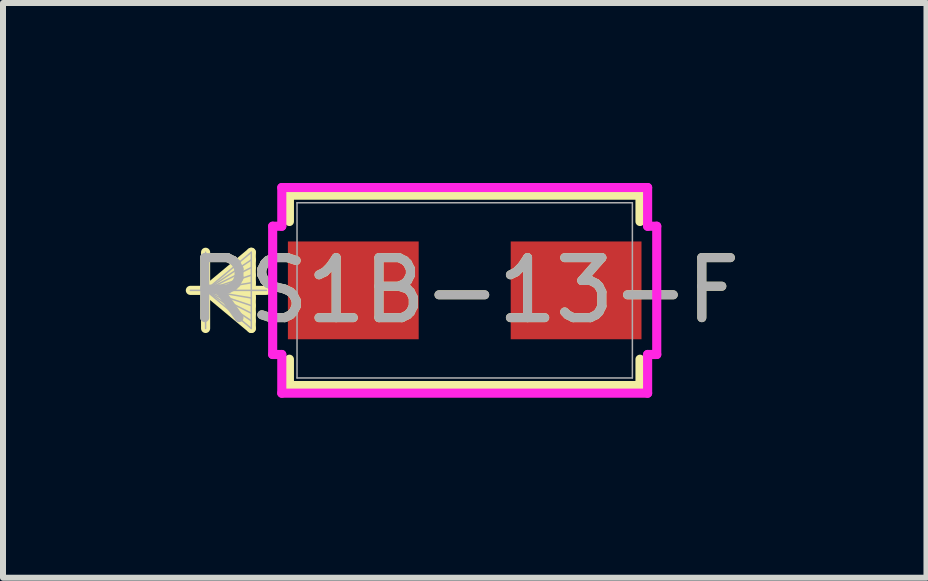
<source format=kicad_pcb>
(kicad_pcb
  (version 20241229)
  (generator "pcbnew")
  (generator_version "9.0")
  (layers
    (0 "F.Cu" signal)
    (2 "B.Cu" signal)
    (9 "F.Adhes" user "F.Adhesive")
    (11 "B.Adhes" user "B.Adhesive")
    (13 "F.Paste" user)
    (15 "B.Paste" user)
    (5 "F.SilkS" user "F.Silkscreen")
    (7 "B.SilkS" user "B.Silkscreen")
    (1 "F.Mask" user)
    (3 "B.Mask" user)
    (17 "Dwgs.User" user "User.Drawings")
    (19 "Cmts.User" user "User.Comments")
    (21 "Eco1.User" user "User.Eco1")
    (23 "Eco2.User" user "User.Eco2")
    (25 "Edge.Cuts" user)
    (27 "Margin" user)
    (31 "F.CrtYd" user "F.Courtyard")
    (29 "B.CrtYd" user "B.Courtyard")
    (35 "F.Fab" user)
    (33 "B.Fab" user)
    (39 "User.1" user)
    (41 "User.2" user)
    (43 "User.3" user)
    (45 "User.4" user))
  (footprint "RS1B-13-F"
    (layer "F.Cu")
    (at 4.696 1.79)
    (property "Reference" "RS1B-13-F" (at 0 0 0) (unlocked yes) (layer "F.SilkS") (effects (font (size 1 1) (thickness 0.15))))
    (attr smd)
    (fp_line (start -4.319 -0.635) (end -4.319 0.635) (stroke (width 0.152) (type solid)) (layer "F.SilkS"))
    (fp_line (start -4.319 0) (end -3.557 -0.635) (stroke (width 0.152) (type solid)) (layer "F.SilkS"))
    (fp_line (start -4.319 0) (end -3.557 -0.508) (stroke (width 0.152) (type solid)) (layer "F.SilkS"))
    (fp_line (start -4.319 0) (end -3.557 -0.381) (stroke (width 0.152) (type solid)) (layer "F.SilkS"))
    (fp_line (start -4.319 0) (end -3.557 -0.254) (stroke (width 0.152) (type solid)) (layer "F.SilkS"))
    (fp_line (start -4.319 0) (end -3.557 -0.127) (stroke (width 0.152) (type solid)) (layer "F.SilkS"))
    (fp_line (start -4.319 0) (end -3.557 0.127) (stroke (width 0.152) (type solid)) (layer "F.SilkS"))
    (fp_line (start -4.319 0) (end -3.557 0.254) (stroke (width 0.152) (type solid)) (layer "F.SilkS"))
    (fp_line (start -4.319 0) (end -3.557 0.381) (stroke (width 0.152) (type solid)) (layer "F.SilkS"))
    (fp_line (start -4.319 0) (end -3.557 0.508) (stroke (width 0.152) (type solid)) (layer "F.SilkS"))
    (fp_line (start -4.319 0) (end -3.557 0.635) (stroke (width 0.152) (type solid)) (layer "F.SilkS"))
    (fp_line (start -3.557 -0.635) (end -3.557 0.635) (stroke (width 0.152) (type solid)) (layer "F.SilkS"))
    (fp_line (start -3.303 0) (end -4.573 0) (stroke (width 0.152) (type solid)) (layer "F.SilkS"))
    (fp_line (start -2.922 -1.587) (end -2.922 -1.148) (stroke (width 0.152) (type solid)) (layer "F.SilkS"))
    (fp_line (start -2.922 1.148) (end -2.922 1.587) (stroke (width 0.152) (type solid)) (layer "F.SilkS"))
    (fp_line (start -2.922 1.587) (end 2.922 1.587) (stroke (width 0.152) (type solid)) (layer "F.SilkS"))
    (fp_line (start 2.922 -1.587) (end -2.922 -1.587) (stroke (width 0.152) (type solid)) (layer "F.SilkS"))
    (fp_line (start 2.922 -1.148) (end 2.922 -1.587) (stroke (width 0.152) (type solid)) (layer "F.SilkS"))
    (fp_line (start 2.922 1.587) (end 2.922 1.148) (stroke (width 0.152) (type solid)) (layer "F.SilkS"))
    (fp_line (start -3.201 -1.069) (end -3.049 -1.069) (stroke (width 0.152) (type solid)) (layer "F.CrtYd"))
    (fp_line (start -3.201 1.069) (end -3.201 -1.069) (stroke (width 0.152) (type solid)) (layer "F.CrtYd"))
    (fp_line (start -3.049 -1.714) (end 3.049 -1.714) (stroke (width 0.152) (type solid)) (layer "F.CrtYd"))
    (fp_line (start -3.049 -1.069) (end -3.049 -1.714) (stroke (width 0.152) (type solid)) (layer "F.CrtYd"))
    (fp_line (start -3.049 1.069) (end -3.201 1.069) (stroke (width 0.152) (type solid)) (layer "F.CrtYd"))
    (fp_line (start -3.049 1.714) (end -3.049 1.069) (stroke (width 0.152) (type solid)) (layer "F.CrtYd"))
    (fp_line (start 3.049 -1.714) (end 3.049 -1.069) (stroke (width 0.152) (type solid)) (layer "F.CrtYd"))
    (fp_line (start 3.049 -1.069) (end 3.201 -1.069) (stroke (width 0.152) (type solid)) (layer "F.CrtYd"))
    (fp_line (start 3.049 1.069) (end 3.049 1.714) (stroke (width 0.152) (type solid)) (layer "F.CrtYd"))
    (fp_line (start 3.049 1.714) (end -3.049 1.714) (stroke (width 0.152) (type solid)) (layer "F.CrtYd"))
    (fp_line (start 3.201 -1.069) (end 3.201 1.069) (stroke (width 0.152) (type solid)) (layer "F.CrtYd"))
    (fp_line (start 3.201 1.069) (end 3.049 1.069) (stroke (width 0.152) (type solid)) (layer "F.CrtYd"))
    (fp_line (start -4.319 -0.635) (end -4.319 0.635) (stroke (width 0.025) (type solid)) (layer "F.Fab"))
    (fp_line (start -4.319 0) (end -3.557 -0.635) (stroke (width 0.025) (type solid)) (layer "F.Fab"))
    (fp_line (start -4.319 0) (end -3.557 -0.508) (stroke (width 0.025) (type solid)) (layer "F.Fab"))
    (fp_line (start -4.319 0) (end -3.557 -0.381) (stroke (width 0.025) (type solid)) (layer "F.Fab"))
    (fp_line (start -4.319 0) (end -3.557 -0.254) (stroke (width 0.025) (type solid)) (layer "F.Fab"))
    (fp_line (start -4.319 0) (end -3.557 -0.127) (stroke (width 0.025) (type solid)) (layer "F.Fab"))
    (fp_line (start -4.319 0) (end -3.557 0.127) (stroke (width 0.025) (type solid)) (layer "F.Fab"))
    (fp_line (start -4.319 0) (end -3.557 0.254) (stroke (width 0.025) (type solid)) (layer "F.Fab"))
    (fp_line (start -4.319 0) (end -3.557 0.381) (stroke (width 0.025) (type solid)) (layer "F.Fab"))
    (fp_line (start -4.319 0) (end -3.557 0.508) (stroke (width 0.025) (type solid)) (layer "F.Fab"))
    (fp_line (start -4.319 0) (end -3.557 0.635) (stroke (width 0.025) (type solid)) (layer "F.Fab"))
    (fp_line (start -3.557 -0.635) (end -3.557 0.635) (stroke (width 0.025) (type solid)) (layer "F.Fab"))
    (fp_line (start -3.303 0) (end -4.573 0) (stroke (width 0.025) (type solid)) (layer "F.Fab"))
    (fp_line (start -2.795 -1.46) (end -2.795 1.46) (stroke (width 0.025) (type solid)) (layer "F.Fab"))
    (fp_line (start -2.795 1.46) (end 2.795 1.46) (stroke (width 0.025) (type solid)) (layer "F.Fab"))
    (fp_line (start 2.795 -1.46) (end -2.795 -1.46) (stroke (width 0.025) (type solid)) (layer "F.Fab"))
    (fp_line (start 2.795 1.46) (end 2.795 -1.46) (stroke (width 0.025) (type solid)) (layer "F.Fab"))
    (fp_text user "${REFERENCE}" (at 0 0 0) (unlocked yes) (layer "F.Fab") (effects (font (size 1 1) (thickness 0.15))))
    (pad "1" smd rect (at -1.857 0 90) (size 1.63 2.18) (layers "F.Cu" "F.Mask" "F.Paste"))
    (pad "2" smd rect (at 1.857 0 90) (size 1.63 2.18) (layers "F.Cu" "F.Mask" "F.Paste"))
    (zone (net_name "") (layer "F.Cu") (hatch full 0.508) (connect_pads) (min_thickness 0.254) (filled_areas_thickness no) (keepout (tracks not_allowed) (vias not_allowed) (pads allowed) (copperpour not_allowed) (footprints allowed)) (placement (enabled no)) (fill) (polygon (pts (xy 1.952 0.381) (xy 7.441 0.381) (xy 7.441 0.924) (xy 1.952 0.924))))
    (zone (net_name "") (layer "F.Cu") (hatch full 0.508) (connect_pads) (min_thickness 0.254) (filled_areas_thickness no) (keepout (tracks not_allowed) (vias not_allowed) (pads allowed) (copperpour not_allowed) (footprints allowed)) (placement (enabled no)) (fill) (polygon (pts (xy 1.952 2.656) (xy 7.441 2.656) (xy 7.441 3.199) (xy 1.952 3.199))))
    (zone (net_name "") (layer "F.Cu") (hatch full 0.508) (connect_pads) (min_thickness 0.254) (filled_areas_thickness no) (keepout (tracks not_allowed) (vias not_allowed) (pads allowed) (copperpour not_allowed) (footprints allowed)) (placement (enabled no)) (fill) (polygon (pts (xy 3.98 0.924) (xy 5.413 0.924) (xy 5.413 2.656) (xy 3.98 2.656)))))
  (gr_rect
    (start -3 -3)
    (end 12.393 6.58)
    (stroke (width 0.1) (type default))
    (fill no)
    (layer "Edge.Cuts")))
</source>
